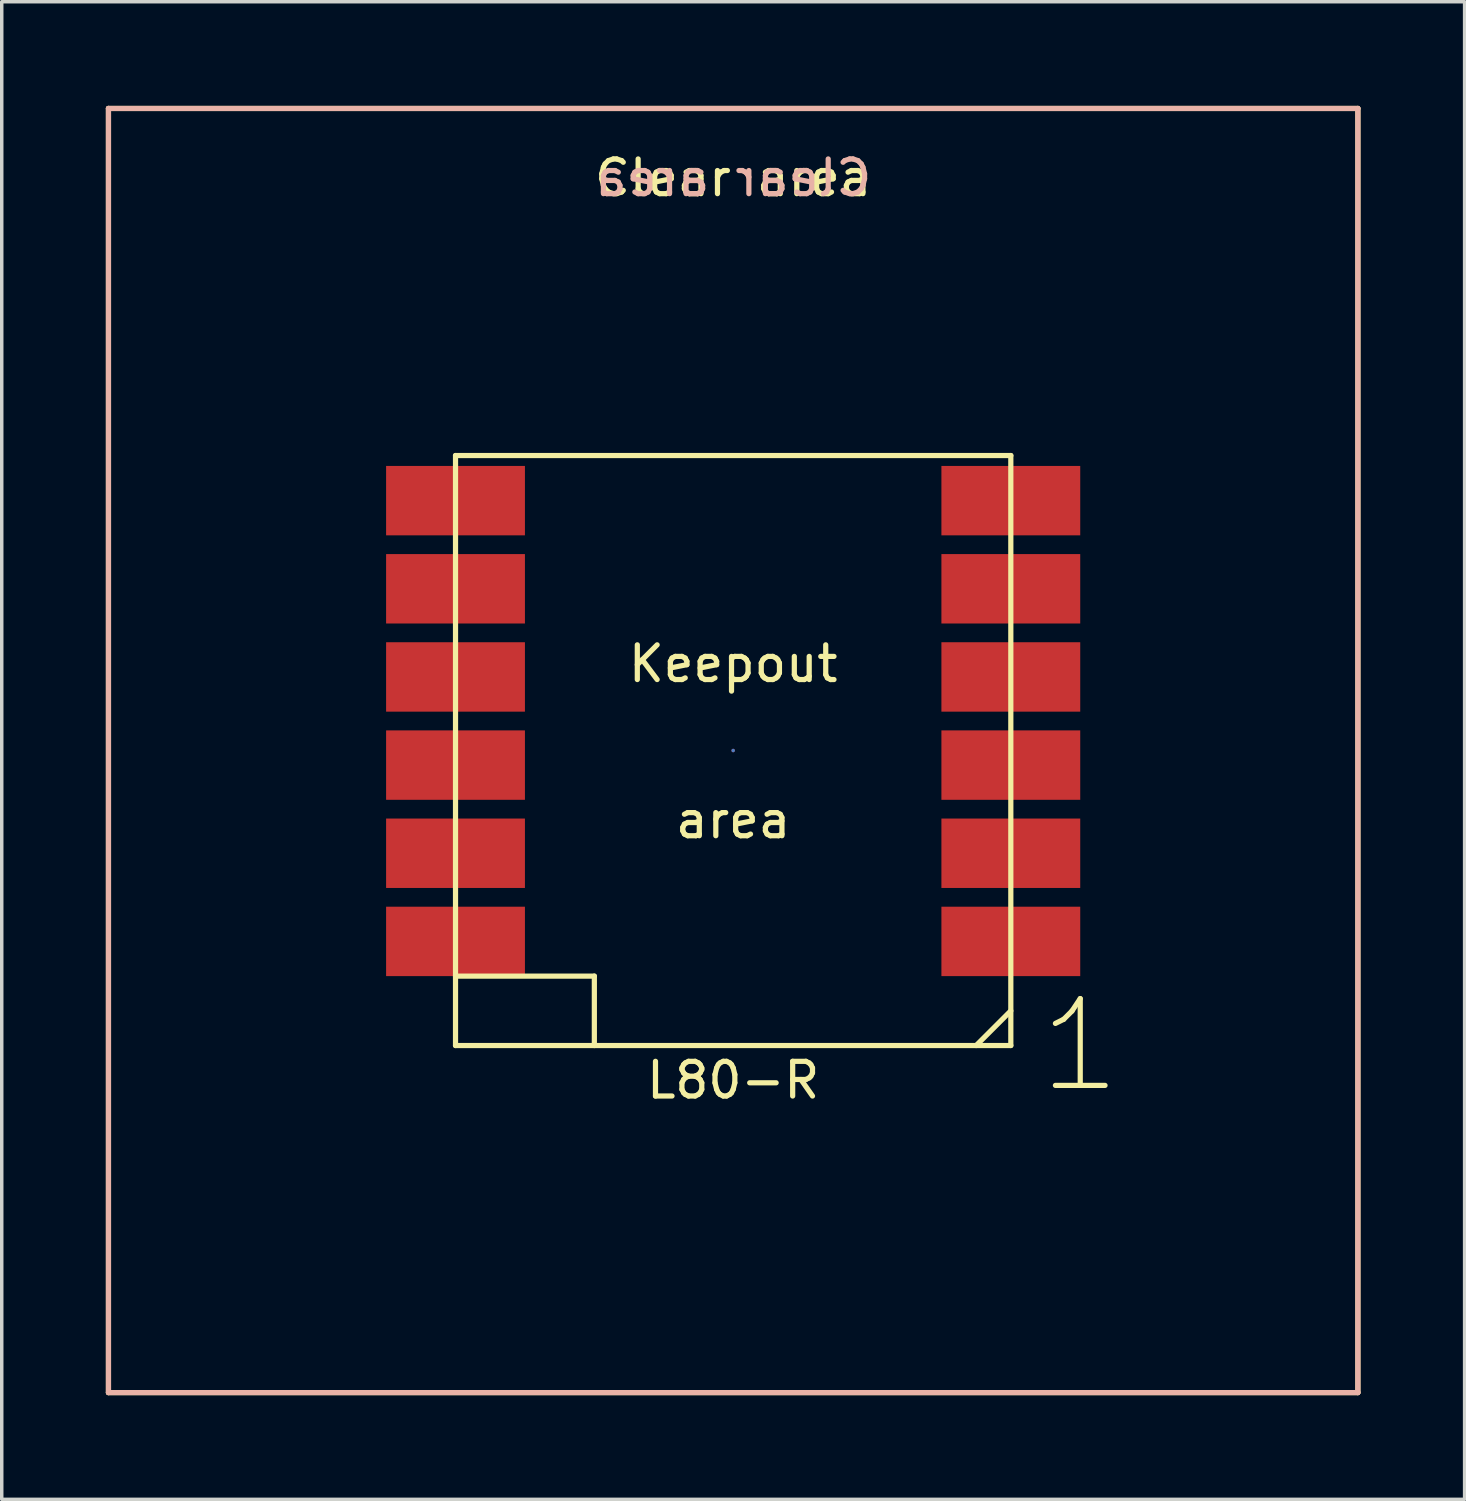
<source format=kicad_pcb>
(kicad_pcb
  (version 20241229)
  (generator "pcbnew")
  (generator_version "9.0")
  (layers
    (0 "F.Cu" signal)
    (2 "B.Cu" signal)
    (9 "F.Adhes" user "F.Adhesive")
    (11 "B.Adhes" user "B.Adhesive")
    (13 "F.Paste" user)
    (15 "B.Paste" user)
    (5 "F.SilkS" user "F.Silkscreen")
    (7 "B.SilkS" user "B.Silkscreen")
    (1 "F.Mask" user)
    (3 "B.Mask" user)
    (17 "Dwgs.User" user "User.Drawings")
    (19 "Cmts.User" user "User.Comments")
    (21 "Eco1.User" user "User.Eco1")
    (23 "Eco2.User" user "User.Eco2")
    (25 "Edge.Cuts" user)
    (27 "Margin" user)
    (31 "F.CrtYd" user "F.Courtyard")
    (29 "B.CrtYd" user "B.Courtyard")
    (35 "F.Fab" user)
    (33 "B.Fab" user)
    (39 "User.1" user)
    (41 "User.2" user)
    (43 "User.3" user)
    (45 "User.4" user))
  (footprint "L80-R"
    (layer "F.Cu")
    (at 18.075 24.075)
    (property "Reference" "L80-R" (at 0 4 0) (layer "F.SilkS") (effects (font (size 1 1) (thickness 0.15))))
    (attr through_hole)
    (fp_line (start -18 -24) (end -18 13) (stroke (width 0.15) (type solid)) (layer "F.SilkS"))
    (fp_line (start -18 13) (end 18 13) (stroke (width 0.15) (type solid)) (layer "F.SilkS"))
    (fp_line (start -8 -14) (end -8 3) (stroke (width 0.15) (type solid)) (layer "F.SilkS"))
    (fp_line (start -8 3) (end 8 3) (stroke (width 0.15) (type solid)) (layer "F.SilkS"))
    (fp_line (start -4 1) (end -8 1) (stroke (width 0.15) (type solid)) (layer "F.SilkS"))
    (fp_line (start -4 3) (end -4 1) (stroke (width 0.15) (type solid)) (layer "F.SilkS"))
    (fp_line (start 8 -14) (end -8 -14) (stroke (width 0.15) (type solid)) (layer "F.SilkS"))
    (fp_line (start 8 2) (end 7 3) (stroke (width 0.15) (type solid)) (layer "F.SilkS"))
    (fp_line (start 8 3) (end 8 -14) (stroke (width 0.15) (type solid)) (layer "F.SilkS"))
    (fp_line (start 18 -24) (end -18 -24) (stroke (width 0.15) (type solid)) (layer "F.SilkS"))
    (fp_line (start 18 13) (end 18 -24) (stroke (width 0.15) (type solid)) (layer "F.SilkS"))
    (fp_line (start -18 -24) (end -18 13) (stroke (width 0.15) (type solid)) (layer "B.SilkS"))
    (fp_line (start -18 13) (end 18 13) (stroke (width 0.15) (type solid)) (layer "B.SilkS"))
    (fp_line (start 18 -24) (end -18 -24) (stroke (width 0.15) (type solid)) (layer "B.SilkS"))
    (fp_line (start 18 13) (end 18 -24) (stroke (width 0.15) (type solid)) (layer "B.SilkS"))
    (fp_text user "1" (at 10 3 0) (layer "F.SilkS") (effects (font (size 2.5 2.5) (thickness 0.15))))
    (fp_text user "Keepout" (at 0 -8 0) (layer "F.SilkS") (effects (font (size 1 1) (thickness 0.15))))
    (fp_text user "area" (at 0 -3.5 0) (layer "F.SilkS") (effects (font (size 1 1) (thickness 0.15))))
    (fp_text user "Clear area" (at 0 -22 0) (layer "F.SilkS") (effects (font (size 1 1) (thickness 0.15))))
    (fp_text user "Clear area" (at 0 -22 0) (layer "B.SilkS") (effects (font (size 1 1) (thickness 0.15)) (justify mirror)))
    (pad "1" smd rect (at 8 0) (size 4 2) (layers "F.Cu" "F.Mask" "F.Paste"))
    (pad "2" smd rect (at 8 -2.54) (size 4 2) (layers "F.Cu" "F.Mask" "F.Paste"))
    (pad "3" smd rect (at 8 -5.08) (size 4 2) (layers "F.Cu" "F.Mask" "F.Paste"))
    (pad "4" smd rect (at 8 -7.62) (size 4 2) (layers "F.Cu" "F.Mask" "F.Paste"))
    (pad "5" smd rect (at 8 -10.16) (size 4 2) (layers "F.Cu" "F.Mask" "F.Paste"))
    (pad "6" smd rect (at 8 -12.7) (size 4 2) (layers "F.Cu" "F.Mask" "F.Paste"))
    (pad "7" smd rect (at -8 -12.7) (size 4 2) (layers "F.Cu" "F.Mask" "F.Paste"))
    (pad "8" smd rect (at -8 -10.16) (size 4 2) (layers "F.Cu" "F.Mask" "F.Paste"))
    (pad "9" smd rect (at -8 -7.62) (size 4 2) (layers "F.Cu" "F.Mask" "F.Paste"))
    (pad "10" smd rect (at -8 -5.08) (size 4 2) (layers "F.Cu" "F.Mask" "F.Paste"))
    (pad "11" smd rect (at -8 -2.54) (size 4 2) (layers "F.Cu" "F.Mask" "F.Paste"))
    (pad "12" smd rect (at -8 0) (size 4 2) (layers "F.Cu" "F.Mask" "F.Paste"))
    (pad "~" smd circle (at 0 -5.5) (size 0.1 0.1) (layers "F.Cu"))
    (pad "~" smd circle (at 0 -5.5) (size 0.1 0.1) (layers "B.Cu")))
  (gr_rect
    (start -3 -3)
    (end 39.15 40.15)
    (stroke (width 0.1) (type default))
    (fill no)
    (layer "Edge.Cuts")))
</source>
